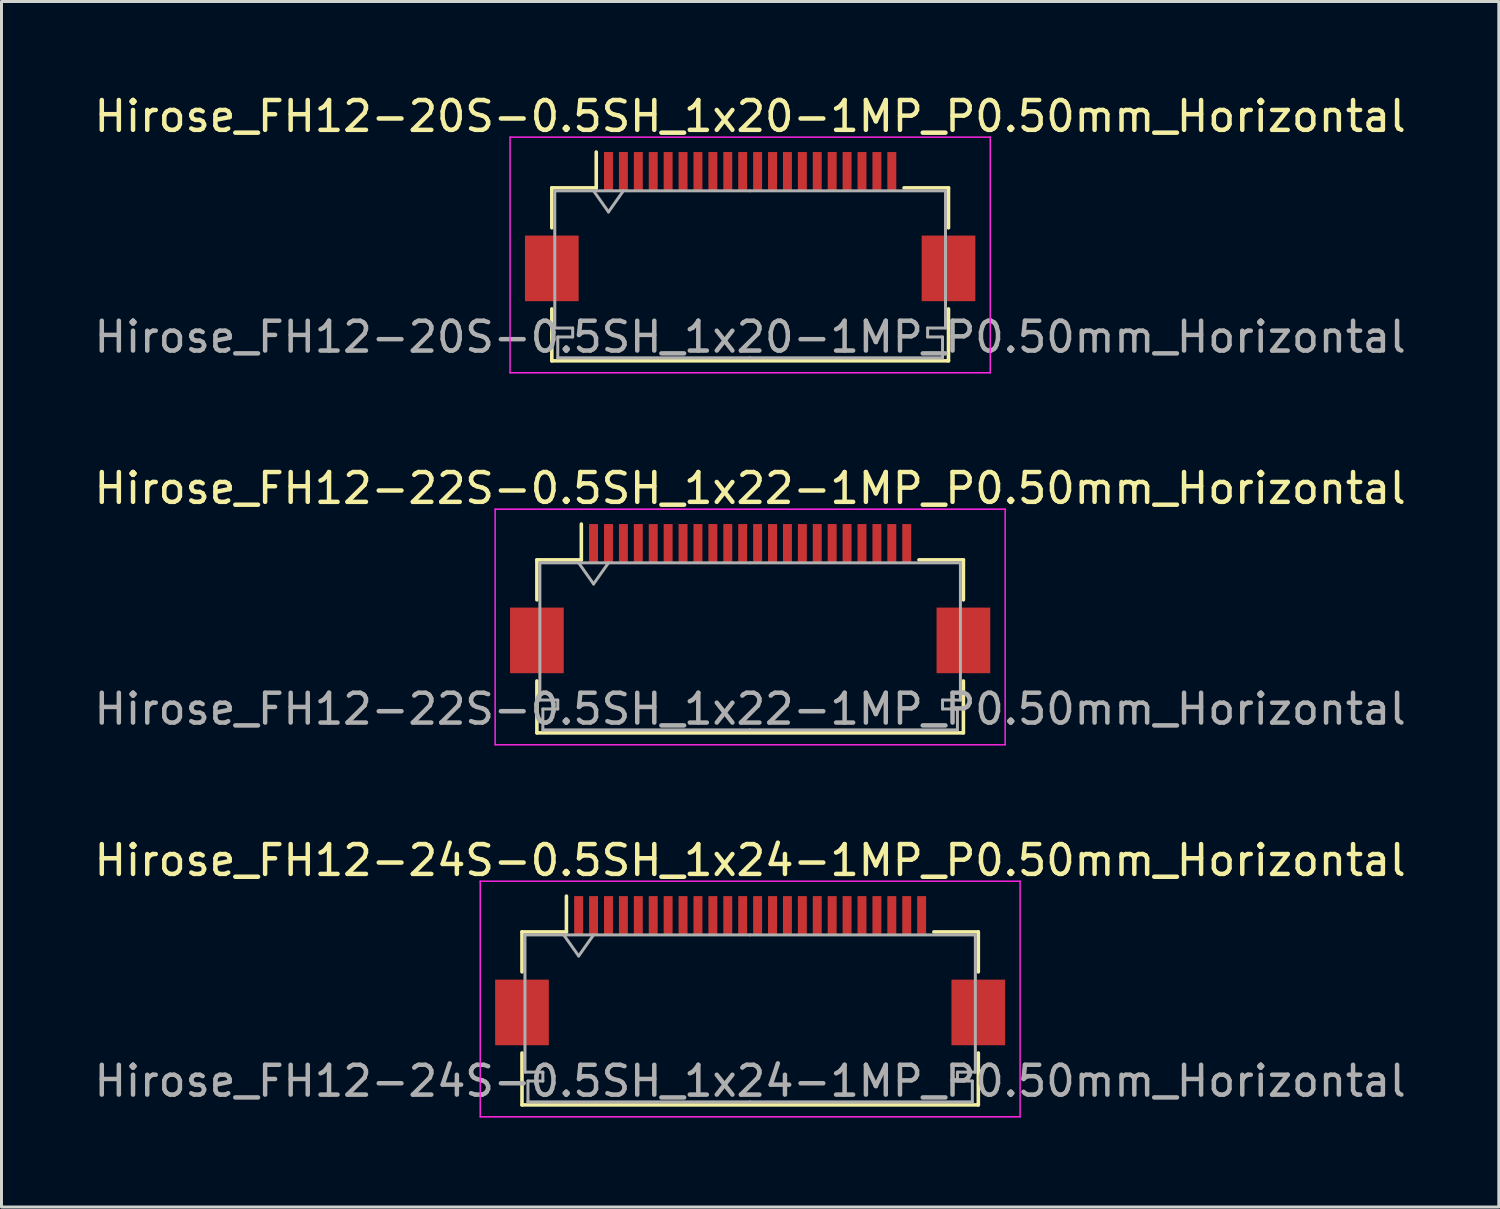
<source format=kicad_pcb>
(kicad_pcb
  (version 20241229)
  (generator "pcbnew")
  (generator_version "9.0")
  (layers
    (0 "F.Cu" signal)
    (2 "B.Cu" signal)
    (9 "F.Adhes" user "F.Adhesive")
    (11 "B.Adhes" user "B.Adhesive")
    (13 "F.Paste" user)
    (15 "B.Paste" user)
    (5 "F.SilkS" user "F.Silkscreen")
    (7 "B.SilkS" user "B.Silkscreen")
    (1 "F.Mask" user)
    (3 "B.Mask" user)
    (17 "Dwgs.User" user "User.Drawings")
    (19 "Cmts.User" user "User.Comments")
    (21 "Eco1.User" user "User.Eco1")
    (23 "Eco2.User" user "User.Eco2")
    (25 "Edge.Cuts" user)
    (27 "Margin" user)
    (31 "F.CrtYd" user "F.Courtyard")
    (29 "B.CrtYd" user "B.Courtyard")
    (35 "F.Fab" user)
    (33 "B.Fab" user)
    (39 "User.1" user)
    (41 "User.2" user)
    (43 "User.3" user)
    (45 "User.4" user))
  (footprint "Hirose_FH12-20S-0.5SH_1x20-1MP_P0.50mm_Horizontal"
    (layer "F.Cu")
    (at 22.101 4.548)
    (property "Reference" "Hirose_FH12-20S-0.5SH_1x20-1MP_P0.50mm_Horizontal" (at 0 -3.7 0) (layer "F.SilkS") (effects (font (size 1 1) (thickness 0.15))))
    (attr smd)
    (fp_line (start -6.65 -1.3) (end -6.65 0.04) (stroke (width 0.12) (type solid)) (layer "F.SilkS"))
    (fp_line (start -6.65 2.76) (end -6.65 4.5) (stroke (width 0.12) (type solid)) (layer "F.SilkS"))
    (fp_line (start -6.65 4.5) (end 6.65 4.5) (stroke (width 0.12) (type solid)) (layer "F.SilkS"))
    (fp_line (start -5.16 -1.3) (end -6.65 -1.3) (stroke (width 0.12) (type solid)) (layer "F.SilkS"))
    (fp_line (start -5.16 -1.3) (end -5.16 -2.5) (stroke (width 0.12) (type solid)) (layer "F.SilkS"))
    (fp_line (start 5.16 -1.3) (end 6.65 -1.3) (stroke (width 0.12) (type solid)) (layer "F.SilkS"))
    (fp_line (start 6.65 -1.3) (end 6.65 0.04) (stroke (width 0.12) (type solid)) (layer "F.SilkS"))
    (fp_line (start 6.65 4.5) (end 6.65 2.76) (stroke (width 0.12) (type solid)) (layer "F.SilkS"))
    (fp_line (start -8.05 -3) (end -8.05 4.9) (stroke (width 0.05) (type solid)) (layer "F.CrtYd"))
    (fp_line (start -8.05 4.9) (end 8.05 4.9) (stroke (width 0.05) (type solid)) (layer "F.CrtYd"))
    (fp_line (start 8.05 -3) (end -8.05 -3) (stroke (width 0.05) (type solid)) (layer "F.CrtYd"))
    (fp_line (start 8.05 4.9) (end 8.05 -3) (stroke (width 0.05) (type solid)) (layer "F.CrtYd"))
    (fp_line (start -6.55 -1.2) (end -6.55 3.4) (stroke (width 0.1) (type solid)) (layer "F.Fab"))
    (fp_line (start -6.55 3.4) (end -5.95 3.4) (stroke (width 0.1) (type solid)) (layer "F.Fab"))
    (fp_line (start -6.45 3.7) (end -6.45 4.4) (stroke (width 0.1) (type solid)) (layer "F.Fab"))
    (fp_line (start -6.45 4.4) (end 0 4.4) (stroke (width 0.1) (type solid)) (layer "F.Fab"))
    (fp_line (start -5.95 3.4) (end -5.95 3.7) (stroke (width 0.1) (type solid)) (layer "F.Fab"))
    (fp_line (start -5.95 3.7) (end -6.45 3.7) (stroke (width 0.1) (type solid)) (layer "F.Fab"))
    (fp_line (start -5.25 -1.2) (end -4.75 -0.493) (stroke (width 0.1) (type solid)) (layer "F.Fab"))
    (fp_line (start -4.75 -0.493) (end -4.25 -1.2) (stroke (width 0.1) (type solid)) (layer "F.Fab"))
    (fp_line (start 0 -1.2) (end -6.55 -1.2) (stroke (width 0.1) (type solid)) (layer "F.Fab"))
    (fp_line (start 0 -1.2) (end 6.55 -1.2) (stroke (width 0.1) (type solid)) (layer "F.Fab"))
    (fp_line (start 5.95 3.4) (end 5.95 3.7) (stroke (width 0.1) (type solid)) (layer "F.Fab"))
    (fp_line (start 5.95 3.7) (end 6.45 3.7) (stroke (width 0.1) (type solid)) (layer "F.Fab"))
    (fp_line (start 6.45 3.7) (end 6.45 4.4) (stroke (width 0.1) (type solid)) (layer "F.Fab"))
    (fp_line (start 6.45 4.4) (end 0 4.4) (stroke (width 0.1) (type solid)) (layer "F.Fab"))
    (fp_line (start 6.55 -1.2) (end 6.55 3.4) (stroke (width 0.1) (type solid)) (layer "F.Fab"))
    (fp_line (start 6.55 3.4) (end 5.95 3.4) (stroke (width 0.1) (type solid)) (layer "F.Fab"))
    (fp_text user "${REFERENCE}" (at 0 3.7 0) (layer "F.Fab") (effects (font (size 1 1) (thickness 0.15))))
    (pad "1" smd rect (at -4.75 -1.85) (size 0.3 1.3) (layers "F.Cu" "F.Mask" "F.Paste"))
    (pad "2" smd rect (at -4.25 -1.85) (size 0.3 1.3) (layers "F.Cu" "F.Mask" "F.Paste"))
    (pad "3" smd rect (at -3.75 -1.85) (size 0.3 1.3) (layers "F.Cu" "F.Mask" "F.Paste"))
    (pad "4" smd rect (at -3.25 -1.85) (size 0.3 1.3) (layers "F.Cu" "F.Mask" "F.Paste"))
    (pad "5" smd rect (at -2.75 -1.85) (size 0.3 1.3) (layers "F.Cu" "F.Mask" "F.Paste"))
    (pad "6" smd rect (at -2.25 -1.85) (size 0.3 1.3) (layers "F.Cu" "F.Mask" "F.Paste"))
    (pad "7" smd rect (at -1.75 -1.85) (size 0.3 1.3) (layers "F.Cu" "F.Mask" "F.Paste"))
    (pad "8" smd rect (at -1.25 -1.85) (size 0.3 1.3) (layers "F.Cu" "F.Mask" "F.Paste"))
    (pad "9" smd rect (at -0.75 -1.85) (size 0.3 1.3) (layers "F.Cu" "F.Mask" "F.Paste"))
    (pad "10" smd rect (at -0.25 -1.85) (size 0.3 1.3) (layers "F.Cu" "F.Mask" "F.Paste"))
    (pad "11" smd rect (at 0.25 -1.85) (size 0.3 1.3) (layers "F.Cu" "F.Mask" "F.Paste"))
    (pad "12" smd rect (at 0.75 -1.85) (size 0.3 1.3) (layers "F.Cu" "F.Mask" "F.Paste"))
    (pad "13" smd rect (at 1.25 -1.85) (size 0.3 1.3) (layers "F.Cu" "F.Mask" "F.Paste"))
    (pad "14" smd rect (at 1.75 -1.85) (size 0.3 1.3) (layers "F.Cu" "F.Mask" "F.Paste"))
    (pad "15" smd rect (at 2.25 -1.85) (size 0.3 1.3) (layers "F.Cu" "F.Mask" "F.Paste"))
    (pad "16" smd rect (at 2.75 -1.85) (size 0.3 1.3) (layers "F.Cu" "F.Mask" "F.Paste"))
    (pad "17" smd rect (at 3.25 -1.85) (size 0.3 1.3) (layers "F.Cu" "F.Mask" "F.Paste"))
    (pad "18" smd rect (at 3.75 -1.85) (size 0.3 1.3) (layers "F.Cu" "F.Mask" "F.Paste"))
    (pad "19" smd rect (at 4.25 -1.85) (size 0.3 1.3) (layers "F.Cu" "F.Mask" "F.Paste"))
    (pad "20" smd rect (at 4.75 -1.85) (size 0.3 1.3) (layers "F.Cu" "F.Mask" "F.Paste"))
    (pad "MP" smd rect (at -6.65 1.4) (size 1.8 2.2) (layers "F.Cu" "F.Mask" "F.Paste"))
    (pad "MP" smd rect (at 6.65 1.4) (size 1.8 2.2) (layers "F.Cu" "F.Mask" "F.Paste")))
  (footprint "Hirose_FH12-22S-0.5SH_1x22-1MP_P0.50mm_Horizontal"
    (layer "F.Cu")
    (at 22.101 17.021)
    (property "Reference" "Hirose_FH12-22S-0.5SH_1x22-1MP_P0.50mm_Horizontal" (at 0 -3.7 0) (layer "F.SilkS") (effects (font (size 1 1) (thickness 0.15))))
    (attr smd)
    (fp_line (start -7.15 -1.3) (end -7.15 0.04) (stroke (width 0.12) (type solid)) (layer "F.SilkS"))
    (fp_line (start -7.15 2.76) (end -7.15 4.5) (stroke (width 0.12) (type solid)) (layer "F.SilkS"))
    (fp_line (start -7.15 4.5) (end 7.15 4.5) (stroke (width 0.12) (type solid)) (layer "F.SilkS"))
    (fp_line (start -5.66 -1.3) (end -7.15 -1.3) (stroke (width 0.12) (type solid)) (layer "F.SilkS"))
    (fp_line (start -5.66 -1.3) (end -5.66 -2.5) (stroke (width 0.12) (type solid)) (layer "F.SilkS"))
    (fp_line (start 5.66 -1.3) (end 7.15 -1.3) (stroke (width 0.12) (type solid)) (layer "F.SilkS"))
    (fp_line (start 7.15 -1.3) (end 7.15 0.04) (stroke (width 0.12) (type solid)) (layer "F.SilkS"))
    (fp_line (start 7.15 4.5) (end 7.15 2.76) (stroke (width 0.12) (type solid)) (layer "F.SilkS"))
    (fp_line (start -8.55 -3) (end -8.55 4.9) (stroke (width 0.05) (type solid)) (layer "F.CrtYd"))
    (fp_line (start -8.55 4.9) (end 8.55 4.9) (stroke (width 0.05) (type solid)) (layer "F.CrtYd"))
    (fp_line (start 8.55 -3) (end -8.55 -3) (stroke (width 0.05) (type solid)) (layer "F.CrtYd"))
    (fp_line (start 8.55 4.9) (end 8.55 -3) (stroke (width 0.05) (type solid)) (layer "F.CrtYd"))
    (fp_line (start -7.05 -1.2) (end -7.05 3.4) (stroke (width 0.1) (type solid)) (layer "F.Fab"))
    (fp_line (start -7.05 3.4) (end -6.45 3.4) (stroke (width 0.1) (type solid)) (layer "F.Fab"))
    (fp_line (start -6.95 3.7) (end -6.95 4.4) (stroke (width 0.1) (type solid)) (layer "F.Fab"))
    (fp_line (start -6.95 4.4) (end 0 4.4) (stroke (width 0.1) (type solid)) (layer "F.Fab"))
    (fp_line (start -6.45 3.4) (end -6.45 3.7) (stroke (width 0.1) (type solid)) (layer "F.Fab"))
    (fp_line (start -6.45 3.7) (end -6.95 3.7) (stroke (width 0.1) (type solid)) (layer "F.Fab"))
    (fp_line (start -5.75 -1.2) (end -5.25 -0.493) (stroke (width 0.1) (type solid)) (layer "F.Fab"))
    (fp_line (start -5.25 -0.493) (end -4.75 -1.2) (stroke (width 0.1) (type solid)) (layer "F.Fab"))
    (fp_line (start 0 -1.2) (end -7.05 -1.2) (stroke (width 0.1) (type solid)) (layer "F.Fab"))
    (fp_line (start 0 -1.2) (end 7.05 -1.2) (stroke (width 0.1) (type solid)) (layer "F.Fab"))
    (fp_line (start 6.45 3.4) (end 6.45 3.7) (stroke (width 0.1) (type solid)) (layer "F.Fab"))
    (fp_line (start 6.45 3.7) (end 6.95 3.7) (stroke (width 0.1) (type solid)) (layer "F.Fab"))
    (fp_line (start 6.95 3.7) (end 6.95 4.4) (stroke (width 0.1) (type solid)) (layer "F.Fab"))
    (fp_line (start 6.95 4.4) (end 0 4.4) (stroke (width 0.1) (type solid)) (layer "F.Fab"))
    (fp_line (start 7.05 -1.2) (end 7.05 3.4) (stroke (width 0.1) (type solid)) (layer "F.Fab"))
    (fp_line (start 7.05 3.4) (end 6.45 3.4) (stroke (width 0.1) (type solid)) (layer "F.Fab"))
    (fp_text user "${REFERENCE}" (at 0 3.7 0) (layer "F.Fab") (effects (font (size 1 1) (thickness 0.15))))
    (pad "1" smd rect (at -5.25 -1.85) (size 0.3 1.3) (layers "F.Cu" "F.Mask" "F.Paste"))
    (pad "2" smd rect (at -4.75 -1.85) (size 0.3 1.3) (layers "F.Cu" "F.Mask" "F.Paste"))
    (pad "3" smd rect (at -4.25 -1.85) (size 0.3 1.3) (layers "F.Cu" "F.Mask" "F.Paste"))
    (pad "4" smd rect (at -3.75 -1.85) (size 0.3 1.3) (layers "F.Cu" "F.Mask" "F.Paste"))
    (pad "5" smd rect (at -3.25 -1.85) (size 0.3 1.3) (layers "F.Cu" "F.Mask" "F.Paste"))
    (pad "6" smd rect (at -2.75 -1.85) (size 0.3 1.3) (layers "F.Cu" "F.Mask" "F.Paste"))
    (pad "7" smd rect (at -2.25 -1.85) (size 0.3 1.3) (layers "F.Cu" "F.Mask" "F.Paste"))
    (pad "8" smd rect (at -1.75 -1.85) (size 0.3 1.3) (layers "F.Cu" "F.Mask" "F.Paste"))
    (pad "9" smd rect (at -1.25 -1.85) (size 0.3 1.3) (layers "F.Cu" "F.Mask" "F.Paste"))
    (pad "10" smd rect (at -0.75 -1.85) (size 0.3 1.3) (layers "F.Cu" "F.Mask" "F.Paste"))
    (pad "11" smd rect (at -0.25 -1.85) (size 0.3 1.3) (layers "F.Cu" "F.Mask" "F.Paste"))
    (pad "12" smd rect (at 0.25 -1.85) (size 0.3 1.3) (layers "F.Cu" "F.Mask" "F.Paste"))
    (pad "13" smd rect (at 0.75 -1.85) (size 0.3 1.3) (layers "F.Cu" "F.Mask" "F.Paste"))
    (pad "14" smd rect (at 1.25 -1.85) (size 0.3 1.3) (layers "F.Cu" "F.Mask" "F.Paste"))
    (pad "15" smd rect (at 1.75 -1.85) (size 0.3 1.3) (layers "F.Cu" "F.Mask" "F.Paste"))
    (pad "16" smd rect (at 2.25 -1.85) (size 0.3 1.3) (layers "F.Cu" "F.Mask" "F.Paste"))
    (pad "17" smd rect (at 2.75 -1.85) (size 0.3 1.3) (layers "F.Cu" "F.Mask" "F.Paste"))
    (pad "18" smd rect (at 3.25 -1.85) (size 0.3 1.3) (layers "F.Cu" "F.Mask" "F.Paste"))
    (pad "19" smd rect (at 3.75 -1.85) (size 0.3 1.3) (layers "F.Cu" "F.Mask" "F.Paste"))
    (pad "20" smd rect (at 4.25 -1.85) (size 0.3 1.3) (layers "F.Cu" "F.Mask" "F.Paste"))
    (pad "21" smd rect (at 4.75 -1.85) (size 0.3 1.3) (layers "F.Cu" "F.Mask" "F.Paste"))
    (pad "22" smd rect (at 5.25 -1.85) (size 0.3 1.3) (layers "F.Cu" "F.Mask" "F.Paste"))
    (pad "MP" smd rect (at -7.15 1.4) (size 1.8 2.2) (layers "F.Cu" "F.Mask" "F.Paste"))
    (pad "MP" smd rect (at 7.15 1.4) (size 1.8 2.2) (layers "F.Cu" "F.Mask" "F.Paste")))
  (footprint "Hirose_FH12-24S-0.5SH_1x24-1MP_P0.50mm_Horizontal"
    (layer "F.Cu")
    (at 22.101 29.495)
    (property "Reference" "Hirose_FH12-24S-0.5SH_1x24-1MP_P0.50mm_Horizontal" (at 0 -3.7 0) (layer "F.SilkS") (effects (font (size 1 1) (thickness 0.15))))
    (attr smd)
    (fp_line (start -7.65 -1.3) (end -7.65 0.04) (stroke (width 0.12) (type solid)) (layer "F.SilkS"))
    (fp_line (start -7.65 2.76) (end -7.65 4.5) (stroke (width 0.12) (type solid)) (layer "F.SilkS"))
    (fp_line (start -7.65 4.5) (end 7.65 4.5) (stroke (width 0.12) (type solid)) (layer "F.SilkS"))
    (fp_line (start -6.16 -1.3) (end -7.65 -1.3) (stroke (width 0.12) (type solid)) (layer "F.SilkS"))
    (fp_line (start -6.16 -1.3) (end -6.16 -2.5) (stroke (width 0.12) (type solid)) (layer "F.SilkS"))
    (fp_line (start 6.16 -1.3) (end 7.65 -1.3) (stroke (width 0.12) (type solid)) (layer "F.SilkS"))
    (fp_line (start 7.65 -1.3) (end 7.65 0.04) (stroke (width 0.12) (type solid)) (layer "F.SilkS"))
    (fp_line (start 7.65 4.5) (end 7.65 2.76) (stroke (width 0.12) (type solid)) (layer "F.SilkS"))
    (fp_line (start -9.05 -3) (end -9.05 4.9) (stroke (width 0.05) (type solid)) (layer "F.CrtYd"))
    (fp_line (start -9.05 4.9) (end 9.05 4.9) (stroke (width 0.05) (type solid)) (layer "F.CrtYd"))
    (fp_line (start 9.05 -3) (end -9.05 -3) (stroke (width 0.05) (type solid)) (layer "F.CrtYd"))
    (fp_line (start 9.05 4.9) (end 9.05 -3) (stroke (width 0.05) (type solid)) (layer "F.CrtYd"))
    (fp_line (start -7.55 -1.2) (end -7.55 3.4) (stroke (width 0.1) (type solid)) (layer "F.Fab"))
    (fp_line (start -7.55 3.4) (end -6.95 3.4) (stroke (width 0.1) (type solid)) (layer "F.Fab"))
    (fp_line (start -7.45 3.7) (end -7.45 4.4) (stroke (width 0.1) (type solid)) (layer "F.Fab"))
    (fp_line (start -7.45 4.4) (end 0 4.4) (stroke (width 0.1) (type solid)) (layer "F.Fab"))
    (fp_line (start -6.95 3.4) (end -6.95 3.7) (stroke (width 0.1) (type solid)) (layer "F.Fab"))
    (fp_line (start -6.95 3.7) (end -7.45 3.7) (stroke (width 0.1) (type solid)) (layer "F.Fab"))
    (fp_line (start -6.25 -1.2) (end -5.75 -0.493) (stroke (width 0.1) (type solid)) (layer "F.Fab"))
    (fp_line (start -5.75 -0.493) (end -5.25 -1.2) (stroke (width 0.1) (type solid)) (layer "F.Fab"))
    (fp_line (start 0 -1.2) (end -7.55 -1.2) (stroke (width 0.1) (type solid)) (layer "F.Fab"))
    (fp_line (start 0 -1.2) (end 7.55 -1.2) (stroke (width 0.1) (type solid)) (layer "F.Fab"))
    (fp_line (start 6.95 3.4) (end 6.95 3.7) (stroke (width 0.1) (type solid)) (layer "F.Fab"))
    (fp_line (start 6.95 3.7) (end 7.45 3.7) (stroke (width 0.1) (type solid)) (layer "F.Fab"))
    (fp_line (start 7.45 3.7) (end 7.45 4.4) (stroke (width 0.1) (type solid)) (layer "F.Fab"))
    (fp_line (start 7.45 4.4) (end 0 4.4) (stroke (width 0.1) (type solid)) (layer "F.Fab"))
    (fp_line (start 7.55 -1.2) (end 7.55 3.4) (stroke (width 0.1) (type solid)) (layer "F.Fab"))
    (fp_line (start 7.55 3.4) (end 6.95 3.4) (stroke (width 0.1) (type solid)) (layer "F.Fab"))
    (fp_text user "${REFERENCE}" (at 0 3.7 0) (layer "F.Fab") (effects (font (size 1 1) (thickness 0.15))))
    (pad "1" smd rect (at -5.75 -1.85) (size 0.3 1.3) (layers "F.Cu" "F.Mask" "F.Paste"))
    (pad "2" smd rect (at -5.25 -1.85) (size 0.3 1.3) (layers "F.Cu" "F.Mask" "F.Paste"))
    (pad "3" smd rect (at -4.75 -1.85) (size 0.3 1.3) (layers "F.Cu" "F.Mask" "F.Paste"))
    (pad "4" smd rect (at -4.25 -1.85) (size 0.3 1.3) (layers "F.Cu" "F.Mask" "F.Paste"))
    (pad "5" smd rect (at -3.75 -1.85) (size 0.3 1.3) (layers "F.Cu" "F.Mask" "F.Paste"))
    (pad "6" smd rect (at -3.25 -1.85) (size 0.3 1.3) (layers "F.Cu" "F.Mask" "F.Paste"))
    (pad "7" smd rect (at -2.75 -1.85) (size 0.3 1.3) (layers "F.Cu" "F.Mask" "F.Paste"))
    (pad "8" smd rect (at -2.25 -1.85) (size 0.3 1.3) (layers "F.Cu" "F.Mask" "F.Paste"))
    (pad "9" smd rect (at -1.75 -1.85) (size 0.3 1.3) (layers "F.Cu" "F.Mask" "F.Paste"))
    (pad "10" smd rect (at -1.25 -1.85) (size 0.3 1.3) (layers "F.Cu" "F.Mask" "F.Paste"))
    (pad "11" smd rect (at -0.75 -1.85) (size 0.3 1.3) (layers "F.Cu" "F.Mask" "F.Paste"))
    (pad "12" smd rect (at -0.25 -1.85) (size 0.3 1.3) (layers "F.Cu" "F.Mask" "F.Paste"))
    (pad "13" smd rect (at 0.25 -1.85) (size 0.3 1.3) (layers "F.Cu" "F.Mask" "F.Paste"))
    (pad "14" smd rect (at 0.75 -1.85) (size 0.3 1.3) (layers "F.Cu" "F.Mask" "F.Paste"))
    (pad "15" smd rect (at 1.25 -1.85) (size 0.3 1.3) (layers "F.Cu" "F.Mask" "F.Paste"))
    (pad "16" smd rect (at 1.75 -1.85) (size 0.3 1.3) (layers "F.Cu" "F.Mask" "F.Paste"))
    (pad "17" smd rect (at 2.25 -1.85) (size 0.3 1.3) (layers "F.Cu" "F.Mask" "F.Paste"))
    (pad "18" smd rect (at 2.75 -1.85) (size 0.3 1.3) (layers "F.Cu" "F.Mask" "F.Paste"))
    (pad "19" smd rect (at 3.25 -1.85) (size 0.3 1.3) (layers "F.Cu" "F.Mask" "F.Paste"))
    (pad "20" smd rect (at 3.75 -1.85) (size 0.3 1.3) (layers "F.Cu" "F.Mask" "F.Paste"))
    (pad "21" smd rect (at 4.25 -1.85) (size 0.3 1.3) (layers "F.Cu" "F.Mask" "F.Paste"))
    (pad "22" smd rect (at 4.75 -1.85) (size 0.3 1.3) (layers "F.Cu" "F.Mask" "F.Paste"))
    (pad "23" smd rect (at 5.25 -1.85) (size 0.3 1.3) (layers "F.Cu" "F.Mask" "F.Paste"))
    (pad "24" smd rect (at 5.75 -1.85) (size 0.3 1.3) (layers "F.Cu" "F.Mask" "F.Paste"))
    (pad "MP" smd rect (at -7.65 1.4) (size 1.8 2.2) (layers "F.Cu" "F.Mask" "F.Paste"))
    (pad "MP" smd rect (at 7.65 1.4) (size 1.8 2.2) (layers "F.Cu" "F.Mask" "F.Paste")))
  (gr_rect
    (start -3 -3)
    (end 47.202 37.42)
    (stroke (width 0.1) (type default))
    (fill no)
    (layer "Edge.Cuts")))
</source>
